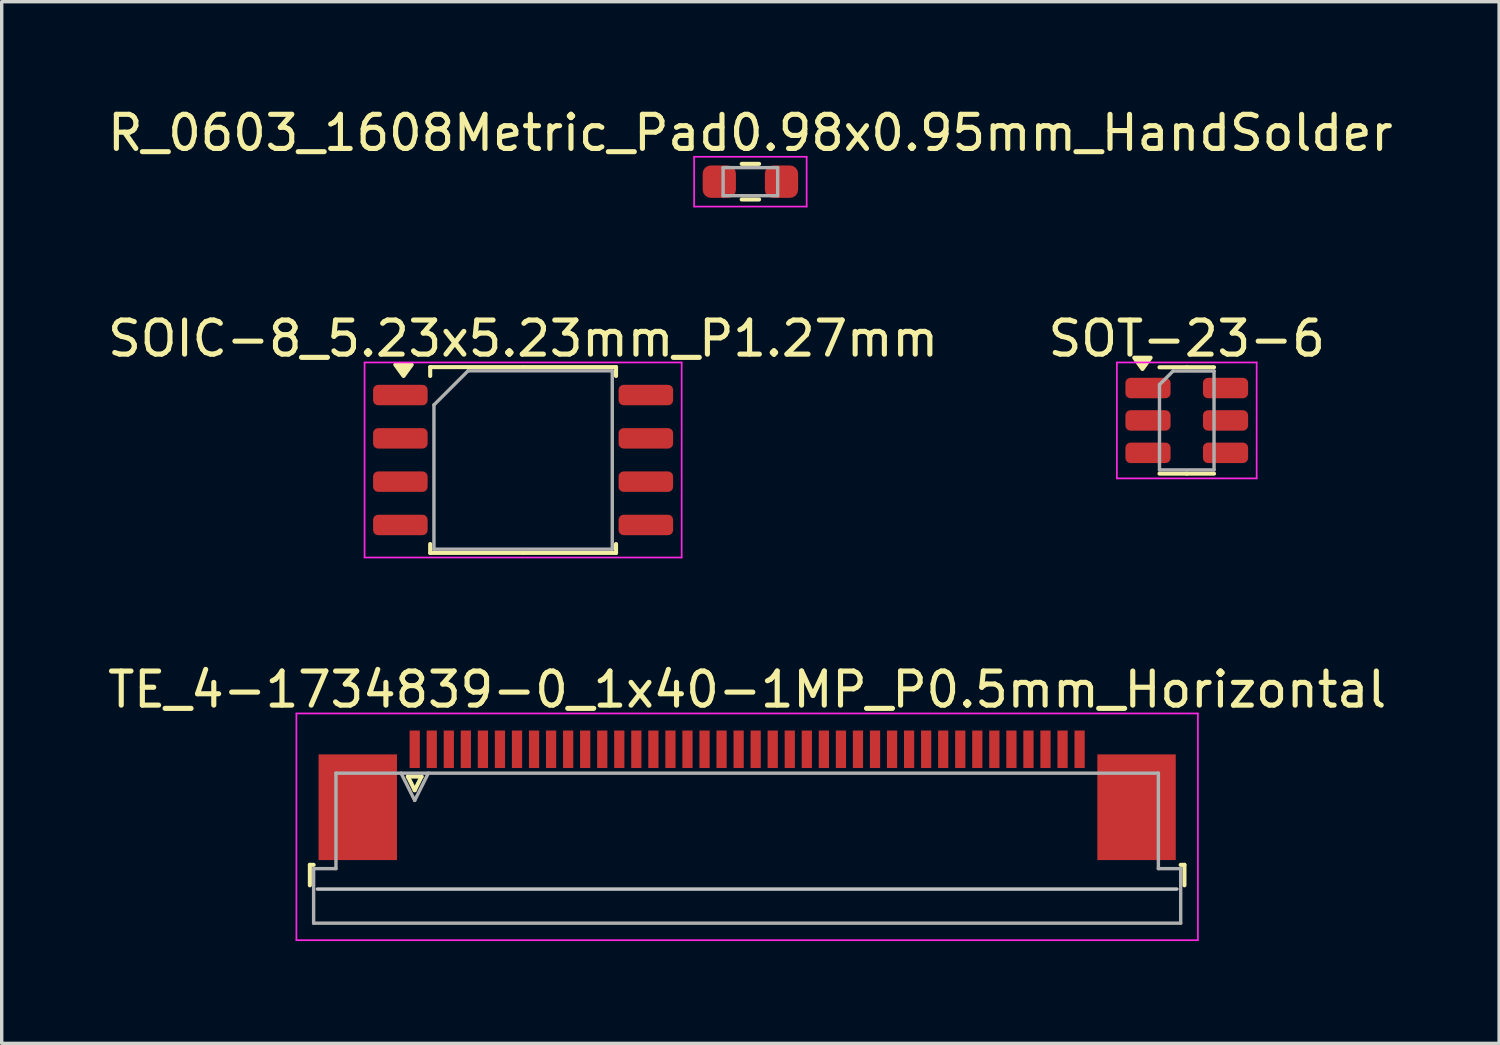
<source format=kicad_pcb>
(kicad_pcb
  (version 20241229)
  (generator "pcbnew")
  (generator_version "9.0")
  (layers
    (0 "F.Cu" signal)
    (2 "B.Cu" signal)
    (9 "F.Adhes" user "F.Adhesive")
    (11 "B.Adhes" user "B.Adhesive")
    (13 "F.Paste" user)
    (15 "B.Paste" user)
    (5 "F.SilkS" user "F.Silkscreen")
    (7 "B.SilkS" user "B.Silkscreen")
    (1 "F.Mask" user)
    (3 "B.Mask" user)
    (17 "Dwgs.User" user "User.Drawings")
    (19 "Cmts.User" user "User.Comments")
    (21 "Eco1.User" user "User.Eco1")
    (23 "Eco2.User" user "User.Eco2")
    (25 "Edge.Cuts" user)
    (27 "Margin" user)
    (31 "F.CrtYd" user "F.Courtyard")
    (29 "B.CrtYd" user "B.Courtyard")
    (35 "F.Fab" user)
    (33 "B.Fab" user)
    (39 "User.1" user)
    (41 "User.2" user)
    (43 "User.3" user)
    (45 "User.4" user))
  (footprint "SOIC-8_5.23x5.23mm_P1.27mm"
    (layer "F.Cu")
    (at 12.292 10.441)
    (property "Reference" "SOIC-8_5.23x5.23mm_P1.27mm" (at 0 -3.56 0) (layer "F.SilkS") (effects (font (size 1 1) (thickness 0.15))))
    (attr smd)
    (fp_line (start -2.725 -2.725) (end -2.725 -2.465) (stroke (width 0.12) (type solid)) (layer "F.SilkS"))
    (fp_line (start -2.725 2.725) (end -2.725 2.465) (stroke (width 0.12) (type solid)) (layer "F.SilkS"))
    (fp_line (start 0 -2.725) (end -2.725 -2.725) (stroke (width 0.12) (type solid)) (layer "F.SilkS"))
    (fp_line (start 0 -2.725) (end 2.725 -2.725) (stroke (width 0.12) (type solid)) (layer "F.SilkS"))
    (fp_line (start 0 2.725) (end -2.725 2.725) (stroke (width 0.12) (type solid)) (layer "F.SilkS"))
    (fp_line (start 0 2.725) (end 2.725 2.725) (stroke (width 0.12) (type solid)) (layer "F.SilkS"))
    (fp_line (start 2.725 -2.725) (end 2.725 -2.465) (stroke (width 0.12) (type solid)) (layer "F.SilkS"))
    (fp_line (start 2.725 2.725) (end 2.725 2.465) (stroke (width 0.12) (type solid)) (layer "F.SilkS"))
    (fp_poly (pts (xy -3.507 -2.465) (xy -3.748 -2.795) (xy -3.268 -2.795) (xy -3.507 -2.465)) (stroke (width 0.12) (type solid)) (fill yes) (layer "F.SilkS"))
    (fp_line (start -4.65 -2.86) (end -4.65 2.86) (stroke (width 0.05) (type solid)) (layer "F.CrtYd"))
    (fp_line (start -4.65 2.86) (end 4.65 2.86) (stroke (width 0.05) (type solid)) (layer "F.CrtYd"))
    (fp_line (start 4.65 -2.86) (end -4.65 -2.86) (stroke (width 0.05) (type solid)) (layer "F.CrtYd"))
    (fp_line (start 4.65 2.86) (end 4.65 -2.86) (stroke (width 0.05) (type solid)) (layer "F.CrtYd"))
    (fp_line (start -2.615 -1.615) (end -1.615 -2.615) (stroke (width 0.1) (type solid)) (layer "F.Fab"))
    (fp_line (start -2.615 2.615) (end -2.615 -1.615) (stroke (width 0.1) (type solid)) (layer "F.Fab"))
    (fp_line (start -1.615 -2.615) (end 2.615 -2.615) (stroke (width 0.1) (type solid)) (layer "F.Fab"))
    (fp_line (start 2.615 -2.615) (end 2.615 2.615) (stroke (width 0.1) (type solid)) (layer "F.Fab"))
    (fp_line (start 2.615 2.615) (end -2.615 2.615) (stroke (width 0.1) (type solid)) (layer "F.Fab"))
    (pad "1" smd roundrect (at -3.6 -1.905) (size 1.6 0.6) (layers "F.Cu" "F.Mask" "F.Paste") (roundrect_rratio 0.25))
    (pad "2" smd roundrect (at -3.6 -0.635) (size 1.6 0.6) (layers "F.Cu" "F.Mask" "F.Paste") (roundrect_rratio 0.25))
    (pad "3" smd roundrect (at -3.6 0.635) (size 1.6 0.6) (layers "F.Cu" "F.Mask" "F.Paste") (roundrect_rratio 0.25))
    (pad "4" smd roundrect (at -3.6 1.905) (size 1.6 0.6) (layers "F.Cu" "F.Mask" "F.Paste") (roundrect_rratio 0.25))
    (pad "5" smd roundrect (at 3.6 1.905) (size 1.6 0.6) (layers "F.Cu" "F.Mask" "F.Paste") (roundrect_rratio 0.25))
    (pad "6" smd roundrect (at 3.6 0.635) (size 1.6 0.6) (layers "F.Cu" "F.Mask" "F.Paste") (roundrect_rratio 0.25))
    (pad "7" smd roundrect (at 3.6 -0.635) (size 1.6 0.6) (layers "F.Cu" "F.Mask" "F.Paste") (roundrect_rratio 0.25))
    (pad "8" smd roundrect (at 3.6 -1.905) (size 1.6 0.6) (layers "F.Cu" "F.Mask" "F.Paste") (roundrect_rratio 0.25)))
  (footprint "TE_4-1734839-0_1x40-1MP_P0.5mm_Horizontal"
    (layer "F.Cu")
    (at 18.863 20.275)
    (property "Reference" "TE_4-1734839-0_1x40-1MP_P0.5mm_Horizontal" (at 0 -3.1 0) (layer "F.SilkS") (effects (font (size 1 1) (thickness 0.15))))
    (attr smd)
    (fp_line (start -12.825 2.04) (end -12.825 2.64) (stroke (width 0.12) (type solid)) (layer "F.SilkS"))
    (fp_line (start -12.715 2.04) (end -12.825 2.04) (stroke (width 0.12) (type solid)) (layer "F.SilkS"))
    (fp_line (start -9.95 -0.55) (end -9.75 -0.15) (stroke (width 0.12) (type solid)) (layer "F.SilkS"))
    (fp_line (start -9.75 -0.15) (end -9.55 -0.55) (stroke (width 0.12) (type solid)) (layer "F.SilkS"))
    (fp_line (start -9.55 -0.55) (end -9.95 -0.55) (stroke (width 0.12) (type solid)) (layer "F.SilkS"))
    (fp_line (start 12.715 2.04) (end 12.825 2.04) (stroke (width 0.12) (type solid)) (layer "F.SilkS"))
    (fp_line (start 12.825 2.04) (end 12.825 2.64) (stroke (width 0.12) (type solid)) (layer "F.SilkS"))
    (fp_line (start 12.605 2.75) (end -12.605 2.75) (stroke (width 0.1) (type solid)) (layer "Dwgs.User"))
    (fp_line (start -13.22 -2.4) (end -13.22 4.25) (stroke (width 0.05) (type solid)) (layer "F.CrtYd"))
    (fp_line (start -13.22 4.25) (end 13.22 4.25) (stroke (width 0.05) (type solid)) (layer "F.CrtYd"))
    (fp_line (start 13.22 -2.4) (end -13.22 -2.4) (stroke (width 0.05) (type solid)) (layer "F.CrtYd"))
    (fp_line (start 13.22 4.25) (end 13.22 -2.4) (stroke (width 0.05) (type solid)) (layer "F.CrtYd"))
    (fp_line (start -12.715 2.15) (end -12.06 2.15) (stroke (width 0.1) (type solid)) (layer "F.Fab"))
    (fp_line (start -12.715 3.75) (end -12.715 2.15) (stroke (width 0.1) (type solid)) (layer "F.Fab"))
    (fp_line (start -12.06 -0.65) (end 12.06 -0.65) (stroke (width 0.1) (type solid)) (layer "F.Fab"))
    (fp_line (start -12.06 2.15) (end -12.06 -0.65) (stroke (width 0.1) (type solid)) (layer "F.Fab"))
    (fp_line (start -10.15 -0.65) (end -9.75 0.15) (stroke (width 0.1) (type solid)) (layer "F.Fab"))
    (fp_line (start -9.75 0.15) (end -9.35 -0.65) (stroke (width 0.1) (type solid)) (layer "F.Fab"))
    (fp_line (start 12.06 -0.65) (end 12.06 2.15) (stroke (width 0.1) (type solid)) (layer "F.Fab"))
    (fp_line (start 12.06 2.15) (end 12.715 2.15) (stroke (width 0.1) (type solid)) (layer "F.Fab"))
    (fp_line (start 12.715 2.15) (end 12.715 3.75) (stroke (width 0.1) (type solid)) (layer "F.Fab"))
    (fp_line (start 12.715 3.75) (end -12.715 3.75) (stroke (width 0.1) (type solid)) (layer "F.Fab"))
    (pad "1" smd rect (at -9.75 -1.35) (size 0.3 1.1) (layers "F.Cu" "F.Mask" "F.Paste"))
    (pad "2" smd rect (at -9.25 -1.35) (size 0.3 1.1) (layers "F.Cu" "F.Mask" "F.Paste"))
    (pad "3" smd rect (at -8.75 -1.35) (size 0.3 1.1) (layers "F.Cu" "F.Mask" "F.Paste"))
    (pad "4" smd rect (at -8.25 -1.35) (size 0.3 1.1) (layers "F.Cu" "F.Mask" "F.Paste"))
    (pad "5" smd rect (at -7.75 -1.35) (size 0.3 1.1) (layers "F.Cu" "F.Mask" "F.Paste"))
    (pad "6" smd rect (at -7.25 -1.35) (size 0.3 1.1) (layers "F.Cu" "F.Mask" "F.Paste"))
    (pad "7" smd rect (at -6.75 -1.35) (size 0.3 1.1) (layers "F.Cu" "F.Mask" "F.Paste"))
    (pad "8" smd rect (at -6.25 -1.35) (size 0.3 1.1) (layers "F.Cu" "F.Mask" "F.Paste"))
    (pad "9" smd rect (at -5.75 -1.35) (size 0.3 1.1) (layers "F.Cu" "F.Mask" "F.Paste"))
    (pad "10" smd rect (at -5.25 -1.35) (size 0.3 1.1) (layers "F.Cu" "F.Mask" "F.Paste"))
    (pad "11" smd rect (at -4.75 -1.35) (size 0.3 1.1) (layers "F.Cu" "F.Mask" "F.Paste"))
    (pad "12" smd rect (at -4.25 -1.35) (size 0.3 1.1) (layers "F.Cu" "F.Mask" "F.Paste"))
    (pad "13" smd rect (at -3.75 -1.35) (size 0.3 1.1) (layers "F.Cu" "F.Mask" "F.Paste"))
    (pad "14" smd rect (at -3.25 -1.35) (size 0.3 1.1) (layers "F.Cu" "F.Mask" "F.Paste"))
    (pad "15" smd rect (at -2.75 -1.35) (size 0.3 1.1) (layers "F.Cu" "F.Mask" "F.Paste"))
    (pad "16" smd rect (at -2.25 -1.35) (size 0.3 1.1) (layers "F.Cu" "F.Mask" "F.Paste"))
    (pad "17" smd rect (at -1.75 -1.35) (size 0.3 1.1) (layers "F.Cu" "F.Mask" "F.Paste"))
    (pad "18" smd rect (at -1.25 -1.35) (size 0.3 1.1) (layers "F.Cu" "F.Mask" "F.Paste"))
    (pad "19" smd rect (at -0.75 -1.35) (size 0.3 1.1) (layers "F.Cu" "F.Mask" "F.Paste"))
    (pad "20" smd rect (at -0.25 -1.35) (size 0.3 1.1) (layers "F.Cu" "F.Mask" "F.Paste"))
    (pad "21" smd rect (at 0.25 -1.35) (size 0.3 1.1) (layers "F.Cu" "F.Mask" "F.Paste"))
    (pad "22" smd rect (at 0.75 -1.35) (size 0.3 1.1) (layers "F.Cu" "F.Mask" "F.Paste"))
    (pad "23" smd rect (at 1.25 -1.35) (size 0.3 1.1) (layers "F.Cu" "F.Mask" "F.Paste"))
    (pad "24" smd rect (at 1.75 -1.35) (size 0.3 1.1) (layers "F.Cu" "F.Mask" "F.Paste"))
    (pad "25" smd rect (at 2.25 -1.35) (size 0.3 1.1) (layers "F.Cu" "F.Mask" "F.Paste"))
    (pad "26" smd rect (at 2.75 -1.35) (size 0.3 1.1) (layers "F.Cu" "F.Mask" "F.Paste"))
    (pad "27" smd rect (at 3.25 -1.35) (size 0.3 1.1) (layers "F.Cu" "F.Mask" "F.Paste"))
    (pad "28" smd rect (at 3.75 -1.35) (size 0.3 1.1) (layers "F.Cu" "F.Mask" "F.Paste"))
    (pad "29" smd rect (at 4.25 -1.35) (size 0.3 1.1) (layers "F.Cu" "F.Mask" "F.Paste"))
    (pad "30" smd rect (at 4.75 -1.35) (size 0.3 1.1) (layers "F.Cu" "F.Mask" "F.Paste"))
    (pad "31" smd rect (at 5.25 -1.35) (size 0.3 1.1) (layers "F.Cu" "F.Mask" "F.Paste"))
    (pad "32" smd rect (at 5.75 -1.35) (size 0.3 1.1) (layers "F.Cu" "F.Mask" "F.Paste"))
    (pad "33" smd rect (at 6.25 -1.35) (size 0.3 1.1) (layers "F.Cu" "F.Mask" "F.Paste"))
    (pad "34" smd rect (at 6.75 -1.35) (size 0.3 1.1) (layers "F.Cu" "F.Mask" "F.Paste"))
    (pad "35" smd rect (at 7.25 -1.35) (size 0.3 1.1) (layers "F.Cu" "F.Mask" "F.Paste"))
    (pad "36" smd rect (at 7.75 -1.35) (size 0.3 1.1) (layers "F.Cu" "F.Mask" "F.Paste"))
    (pad "37" smd rect (at 8.25 -1.35) (size 0.3 1.1) (layers "F.Cu" "F.Mask" "F.Paste"))
    (pad "38" smd rect (at 8.75 -1.35) (size 0.3 1.1) (layers "F.Cu" "F.Mask" "F.Paste"))
    (pad "39" smd rect (at 9.25 -1.35) (size 0.3 1.1) (layers "F.Cu" "F.Mask" "F.Paste"))
    (pad "40" smd rect (at 9.75 -1.35) (size 0.3 1.1) (layers "F.Cu" "F.Mask" "F.Paste"))
    (pad "MP" smd rect (at -11.42 0.35) (size 2.3 3.1) (layers "F.Cu" "F.Mask" "F.Paste"))
    (pad "MP" smd rect (at 11.42 0.35) (size 2.3 3.1) (layers "F.Cu" "F.Mask" "F.Paste")))
  (footprint "SOT-23-6"
    (layer "F.Cu")
    (at 31.756 9.281)
    (property "Reference" "SOT-23-6" (at 0 -2.4 0) (layer "F.SilkS") (effects (font (size 1 1) (thickness 0.15))))
    (attr smd)
    (fp_line (start 0 -1.56) (end -0.8 -1.56) (stroke (width 0.12) (type solid)) (layer "F.SilkS"))
    (fp_line (start 0 -1.56) (end 0.8 -1.56) (stroke (width 0.12) (type solid)) (layer "F.SilkS"))
    (fp_line (start 0 1.56) (end -0.8 1.56) (stroke (width 0.12) (type solid)) (layer "F.SilkS"))
    (fp_line (start 0 1.56) (end 0.8 1.56) (stroke (width 0.12) (type solid)) (layer "F.SilkS"))
    (fp_poly (pts (xy -1.3 -1.51) (xy -1.54 -1.84) (xy -1.06 -1.84) (xy -1.3 -1.51)) (stroke (width 0.12) (type solid)) (fill yes) (layer "F.SilkS"))
    (fp_line (start -2.05 -1.7) (end -2.05 1.7) (stroke (width 0.05) (type solid)) (layer "F.CrtYd"))
    (fp_line (start -2.05 1.7) (end 2.05 1.7) (stroke (width 0.05) (type solid)) (layer "F.CrtYd"))
    (fp_line (start 2.05 -1.7) (end -2.05 -1.7) (stroke (width 0.05) (type solid)) (layer "F.CrtYd"))
    (fp_line (start 2.05 1.7) (end 2.05 -1.7) (stroke (width 0.05) (type solid)) (layer "F.CrtYd"))
    (fp_line (start -0.8 -1.05) (end -0.4 -1.45) (stroke (width 0.1) (type solid)) (layer "F.Fab"))
    (fp_line (start -0.8 1.45) (end -0.8 -1.05) (stroke (width 0.1) (type solid)) (layer "F.Fab"))
    (fp_line (start -0.4 -1.45) (end 0.8 -1.45) (stroke (width 0.1) (type solid)) (layer "F.Fab"))
    (fp_line (start 0.8 -1.45) (end 0.8 1.45) (stroke (width 0.1) (type solid)) (layer "F.Fab"))
    (fp_line (start 0.8 1.45) (end -0.8 1.45) (stroke (width 0.1) (type solid)) (layer "F.Fab"))
    (pad "1" smd roundrect (at -1.137 -0.95 180) (size 1.325 0.6) (layers "F.Cu" "F.Mask" "F.Paste") (roundrect_rratio 0.25))
    (pad "2" smd roundrect (at -1.137 0 180) (size 1.325 0.6) (layers "F.Cu" "F.Mask" "F.Paste") (roundrect_rratio 0.25))
    (pad "3" smd roundrect (at -1.137 0.95 180) (size 1.325 0.6) (layers "F.Cu" "F.Mask" "F.Paste") (roundrect_rratio 0.25))
    (pad "4" smd roundrect (at 1.137 0.95 180) (size 1.325 0.6) (layers "F.Cu" "F.Mask" "F.Paste") (roundrect_rratio 0.25))
    (pad "5" smd roundrect (at 1.137 0 180) (size 1.325 0.6) (layers "F.Cu" "F.Mask" "F.Paste") (roundrect_rratio 0.25))
    (pad "6" smd roundrect (at 1.137 -0.95 180) (size 1.325 0.6) (layers "F.Cu" "F.Mask" "F.Paste") (roundrect_rratio 0.25)))
  (footprint "R_0603_1608Metric_Pad0.98x0.95mm_HandSolder"
    (layer "F.Cu")
    (at 18.958 2.278)
    (property "Reference" "R_0603_1608Metric_Pad0.98x0.95mm_HandSolder" (at 0 -1.43 0) (layer "F.SilkS") (effects (font (size 1 1) (thickness 0.15))))
    (attr smd)
    (fp_line (start -0.255 -0.522) (end 0.255 -0.522) (stroke (width 0.12) (type solid)) (layer "F.SilkS"))
    (fp_line (start -0.255 0.522) (end 0.255 0.522) (stroke (width 0.12) (type solid)) (layer "F.SilkS"))
    (fp_line (start -1.65 -0.73) (end 1.65 -0.73) (stroke (width 0.05) (type solid)) (layer "F.CrtYd"))
    (fp_line (start -1.65 0.73) (end -1.65 -0.73) (stroke (width 0.05) (type solid)) (layer "F.CrtYd"))
    (fp_line (start 1.65 -0.73) (end 1.65 0.73) (stroke (width 0.05) (type solid)) (layer "F.CrtYd"))
    (fp_line (start 1.65 0.73) (end -1.65 0.73) (stroke (width 0.05) (type solid)) (layer "F.CrtYd"))
    (fp_line (start -0.8 -0.412) (end 0.8 -0.412) (stroke (width 0.1) (type solid)) (layer "F.Fab"))
    (fp_line (start -0.8 0.412) (end -0.8 -0.412) (stroke (width 0.1) (type solid)) (layer "F.Fab"))
    (fp_line (start 0.8 -0.412) (end 0.8 0.412) (stroke (width 0.1) (type solid)) (layer "F.Fab"))
    (fp_line (start 0.8 0.412) (end -0.8 0.412) (stroke (width 0.1) (type solid)) (layer "F.Fab"))
    (pad "1" smd roundrect (at -0.912 0) (size 0.975 0.95) (layers "F.Cu" "F.Mask" "F.Paste") (roundrect_rratio 0.25))
    (pad "2" smd roundrect (at 0.912 0) (size 0.975 0.95) (layers "F.Cu" "F.Mask" "F.Paste") (roundrect_rratio 0.25)))
  (gr_rect
    (start -3 -3)
    (end 40.917 27.55)
    (stroke (width 0.1) (type default))
    (fill no)
    (layer "Edge.Cuts")))
</source>
